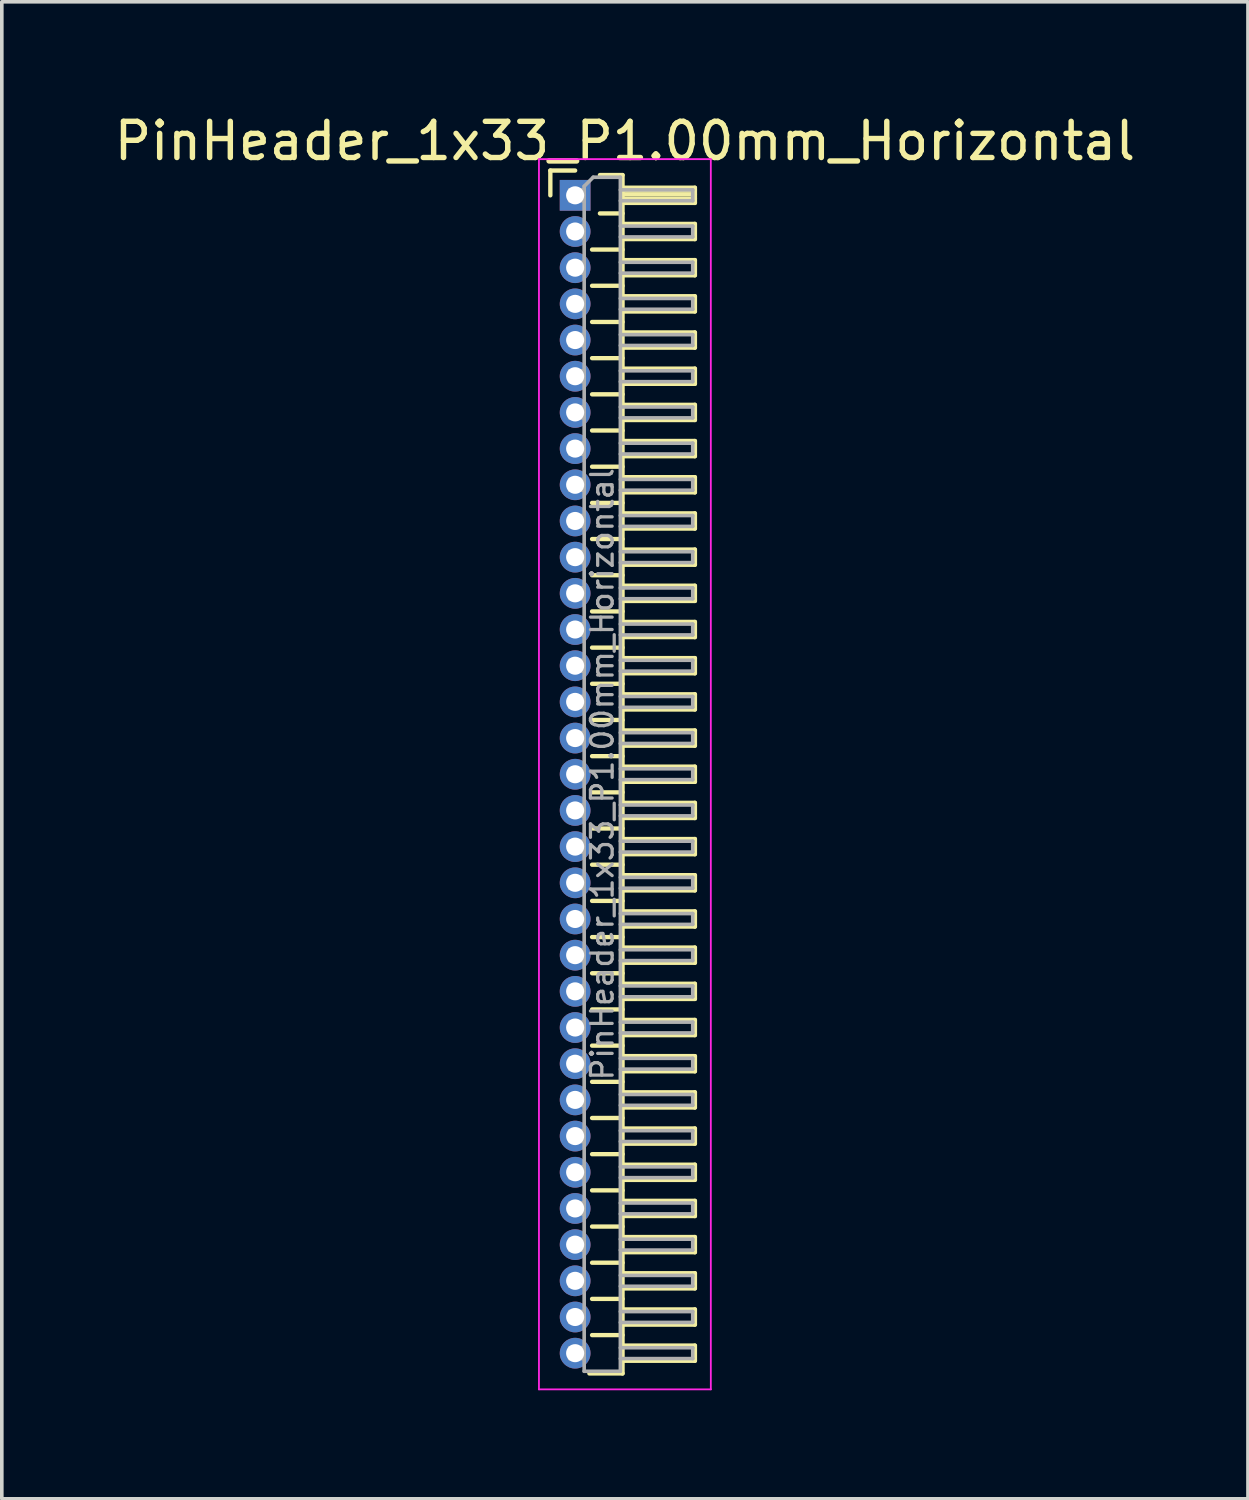
<source format=kicad_pcb>
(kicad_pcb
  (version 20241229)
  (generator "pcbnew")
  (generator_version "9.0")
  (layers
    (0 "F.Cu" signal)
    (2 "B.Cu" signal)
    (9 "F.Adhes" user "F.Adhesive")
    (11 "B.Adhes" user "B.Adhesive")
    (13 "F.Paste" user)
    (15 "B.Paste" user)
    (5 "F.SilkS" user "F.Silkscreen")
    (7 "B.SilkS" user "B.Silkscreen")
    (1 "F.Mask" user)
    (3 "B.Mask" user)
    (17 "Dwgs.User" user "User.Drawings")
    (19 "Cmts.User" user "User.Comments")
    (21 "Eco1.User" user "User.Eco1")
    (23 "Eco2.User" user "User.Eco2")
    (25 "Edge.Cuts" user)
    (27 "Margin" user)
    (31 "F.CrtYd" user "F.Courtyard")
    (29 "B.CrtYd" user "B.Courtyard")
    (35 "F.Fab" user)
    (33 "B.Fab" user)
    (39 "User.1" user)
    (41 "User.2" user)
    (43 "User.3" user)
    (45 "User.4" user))
  (footprint "PinHeader_1x33_P1.00mm_Horizontal"
    (layer "F.Cu")
    (at 12.845 2.348)
    (property "Reference" "PinHeader_1x33_P1.00mm_Horizontal" (at 1.375 -1.5 0) (layer "F.SilkS") (effects (font (size 1 1) (thickness 0.15))))
    (attr through_hole)
    (fp_line (start -0.685 -0.685) (end 0 -0.685) (stroke (width 0.12) (type solid)) (layer "F.SilkS"))
    (fp_line (start -0.685 0) (end -0.685 -0.685) (stroke (width 0.12) (type solid)) (layer "F.SilkS"))
    (fp_line (start 0.468 1.5) (end 1.31 1.5) (stroke (width 0.12) (type solid)) (layer "F.SilkS"))
    (fp_line (start 0.468 2.5) (end 1.31 2.5) (stroke (width 0.12) (type solid)) (layer "F.SilkS"))
    (fp_line (start 0.468 3.5) (end 1.31 3.5) (stroke (width 0.12) (type solid)) (layer "F.SilkS"))
    (fp_line (start 0.468 4.5) (end 1.31 4.5) (stroke (width 0.12) (type solid)) (layer "F.SilkS"))
    (fp_line (start 0.468 5.5) (end 1.31 5.5) (stroke (width 0.12) (type solid)) (layer "F.SilkS"))
    (fp_line (start 0.468 6.5) (end 1.31 6.5) (stroke (width 0.12) (type solid)) (layer "F.SilkS"))
    (fp_line (start 0.468 7.5) (end 1.31 7.5) (stroke (width 0.12) (type solid)) (layer "F.SilkS"))
    (fp_line (start 0.468 8.5) (end 1.31 8.5) (stroke (width 0.12) (type solid)) (layer "F.SilkS"))
    (fp_line (start 0.468 9.5) (end 1.31 9.5) (stroke (width 0.12) (type solid)) (layer "F.SilkS"))
    (fp_line (start 0.468 10.5) (end 1.31 10.5) (stroke (width 0.12) (type solid)) (layer "F.SilkS"))
    (fp_line (start 0.468 11.5) (end 1.31 11.5) (stroke (width 0.12) (type solid)) (layer "F.SilkS"))
    (fp_line (start 0.468 12.5) (end 1.31 12.5) (stroke (width 0.12) (type solid)) (layer "F.SilkS"))
    (fp_line (start 0.468 13.5) (end 1.31 13.5) (stroke (width 0.12) (type solid)) (layer "F.SilkS"))
    (fp_line (start 0.468 14.5) (end 1.31 14.5) (stroke (width 0.12) (type solid)) (layer "F.SilkS"))
    (fp_line (start 0.468 15.5) (end 1.31 15.5) (stroke (width 0.12) (type solid)) (layer "F.SilkS"))
    (fp_line (start 0.468 16.5) (end 1.31 16.5) (stroke (width 0.12) (type solid)) (layer "F.SilkS"))
    (fp_line (start 0.468 17.5) (end 1.31 17.5) (stroke (width 0.12) (type solid)) (layer "F.SilkS"))
    (fp_line (start 0.468 18.5) (end 1.31 18.5) (stroke (width 0.12) (type solid)) (layer "F.SilkS"))
    (fp_line (start 0.468 19.5) (end 1.31 19.5) (stroke (width 0.12) (type solid)) (layer "F.SilkS"))
    (fp_line (start 0.468 20.5) (end 1.31 20.5) (stroke (width 0.12) (type solid)) (layer "F.SilkS"))
    (fp_line (start 0.468 21.5) (end 1.31 21.5) (stroke (width 0.12) (type solid)) (layer "F.SilkS"))
    (fp_line (start 0.468 22.5) (end 1.31 22.5) (stroke (width 0.12) (type solid)) (layer "F.SilkS"))
    (fp_line (start 0.468 23.5) (end 1.31 23.5) (stroke (width 0.12) (type solid)) (layer "F.SilkS"))
    (fp_line (start 0.468 24.5) (end 1.31 24.5) (stroke (width 0.12) (type solid)) (layer "F.SilkS"))
    (fp_line (start 0.468 25.5) (end 1.31 25.5) (stroke (width 0.12) (type solid)) (layer "F.SilkS"))
    (fp_line (start 0.468 26.5) (end 1.31 26.5) (stroke (width 0.12) (type solid)) (layer "F.SilkS"))
    (fp_line (start 0.468 27.5) (end 1.31 27.5) (stroke (width 0.12) (type solid)) (layer "F.SilkS"))
    (fp_line (start 0.468 28.5) (end 1.31 28.5) (stroke (width 0.12) (type solid)) (layer "F.SilkS"))
    (fp_line (start 0.468 29.5) (end 1.31 29.5) (stroke (width 0.12) (type solid)) (layer "F.SilkS"))
    (fp_line (start 0.468 30.5) (end 1.31 30.5) (stroke (width 0.12) (type solid)) (layer "F.SilkS"))
    (fp_line (start 0.468 31.5) (end 1.31 31.5) (stroke (width 0.12) (type solid)) (layer "F.SilkS"))
    (fp_line (start 0.685 -0.56) (end 1.31 -0.56) (stroke (width 0.12) (type solid)) (layer "F.SilkS"))
    (fp_line (start 0.685 0.5) (end 1.31 0.5) (stroke (width 0.12) (type solid)) (layer "F.SilkS"))
    (fp_line (start 1.31 -0.56) (end 1.31 32.56) (stroke (width 0.12) (type solid)) (layer "F.SilkS"))
    (fp_line (start 1.31 -0.21) (end 3.31 -0.21) (stroke (width 0.12) (type solid)) (layer "F.SilkS"))
    (fp_line (start 1.31 -0.15) (end 3.31 -0.15) (stroke (width 0.12) (type solid)) (layer "F.SilkS"))
    (fp_line (start 1.31 -0.03) (end 3.31 -0.03) (stroke (width 0.12) (type solid)) (layer "F.SilkS"))
    (fp_line (start 1.31 0.09) (end 3.31 0.09) (stroke (width 0.12) (type solid)) (layer "F.SilkS"))
    (fp_line (start 1.31 0.79) (end 3.31 0.79) (stroke (width 0.12) (type solid)) (layer "F.SilkS"))
    (fp_line (start 1.31 1.79) (end 3.31 1.79) (stroke (width 0.12) (type solid)) (layer "F.SilkS"))
    (fp_line (start 1.31 2.79) (end 3.31 2.79) (stroke (width 0.12) (type solid)) (layer "F.SilkS"))
    (fp_line (start 1.31 3.79) (end 3.31 3.79) (stroke (width 0.12) (type solid)) (layer "F.SilkS"))
    (fp_line (start 1.31 4.79) (end 3.31 4.79) (stroke (width 0.12) (type solid)) (layer "F.SilkS"))
    (fp_line (start 1.31 5.79) (end 3.31 5.79) (stroke (width 0.12) (type solid)) (layer "F.SilkS"))
    (fp_line (start 1.31 6.79) (end 3.31 6.79) (stroke (width 0.12) (type solid)) (layer "F.SilkS"))
    (fp_line (start 1.31 7.79) (end 3.31 7.79) (stroke (width 0.12) (type solid)) (layer "F.SilkS"))
    (fp_line (start 1.31 8.79) (end 3.31 8.79) (stroke (width 0.12) (type solid)) (layer "F.SilkS"))
    (fp_line (start 1.31 9.79) (end 3.31 9.79) (stroke (width 0.12) (type solid)) (layer "F.SilkS"))
    (fp_line (start 1.31 10.79) (end 3.31 10.79) (stroke (width 0.12) (type solid)) (layer "F.SilkS"))
    (fp_line (start 1.31 11.79) (end 3.31 11.79) (stroke (width 0.12) (type solid)) (layer "F.SilkS"))
    (fp_line (start 1.31 12.79) (end 3.31 12.79) (stroke (width 0.12) (type solid)) (layer "F.SilkS"))
    (fp_line (start 1.31 13.79) (end 3.31 13.79) (stroke (width 0.12) (type solid)) (layer "F.SilkS"))
    (fp_line (start 1.31 14.79) (end 3.31 14.79) (stroke (width 0.12) (type solid)) (layer "F.SilkS"))
    (fp_line (start 1.31 15.79) (end 3.31 15.79) (stroke (width 0.12) (type solid)) (layer "F.SilkS"))
    (fp_line (start 1.31 16.79) (end 3.31 16.79) (stroke (width 0.12) (type solid)) (layer "F.SilkS"))
    (fp_line (start 1.31 17.79) (end 3.31 17.79) (stroke (width 0.12) (type solid)) (layer "F.SilkS"))
    (fp_line (start 1.31 18.79) (end 3.31 18.79) (stroke (width 0.12) (type solid)) (layer "F.SilkS"))
    (fp_line (start 1.31 19.79) (end 3.31 19.79) (stroke (width 0.12) (type solid)) (layer "F.SilkS"))
    (fp_line (start 1.31 20.79) (end 3.31 20.79) (stroke (width 0.12) (type solid)) (layer "F.SilkS"))
    (fp_line (start 1.31 21.79) (end 3.31 21.79) (stroke (width 0.12) (type solid)) (layer "F.SilkS"))
    (fp_line (start 1.31 22.79) (end 3.31 22.79) (stroke (width 0.12) (type solid)) (layer "F.SilkS"))
    (fp_line (start 1.31 23.79) (end 3.31 23.79) (stroke (width 0.12) (type solid)) (layer "F.SilkS"))
    (fp_line (start 1.31 24.79) (end 3.31 24.79) (stroke (width 0.12) (type solid)) (layer "F.SilkS"))
    (fp_line (start 1.31 25.79) (end 3.31 25.79) (stroke (width 0.12) (type solid)) (layer "F.SilkS"))
    (fp_line (start 1.31 26.79) (end 3.31 26.79) (stroke (width 0.12) (type solid)) (layer "F.SilkS"))
    (fp_line (start 1.31 27.79) (end 3.31 27.79) (stroke (width 0.12) (type solid)) (layer "F.SilkS"))
    (fp_line (start 1.31 28.79) (end 3.31 28.79) (stroke (width 0.12) (type solid)) (layer "F.SilkS"))
    (fp_line (start 1.31 29.79) (end 3.31 29.79) (stroke (width 0.12) (type solid)) (layer "F.SilkS"))
    (fp_line (start 1.31 30.79) (end 3.31 30.79) (stroke (width 0.12) (type solid)) (layer "F.SilkS"))
    (fp_line (start 1.31 31.79) (end 3.31 31.79) (stroke (width 0.12) (type solid)) (layer "F.SilkS"))
    (fp_line (start 1.31 32.56) (end 0.394 32.56) (stroke (width 0.12) (type solid)) (layer "F.SilkS"))
    (fp_line (start 3.31 -0.21) (end 3.31 0.21) (stroke (width 0.12) (type solid)) (layer "F.SilkS"))
    (fp_line (start 3.31 0.21) (end 1.31 0.21) (stroke (width 0.12) (type solid)) (layer "F.SilkS"))
    (fp_line (start 3.31 0.79) (end 3.31 1.21) (stroke (width 0.12) (type solid)) (layer "F.SilkS"))
    (fp_line (start 3.31 1.21) (end 1.31 1.21) (stroke (width 0.12) (type solid)) (layer "F.SilkS"))
    (fp_line (start 3.31 1.79) (end 3.31 2.21) (stroke (width 0.12) (type solid)) (layer "F.SilkS"))
    (fp_line (start 3.31 2.21) (end 1.31 2.21) (stroke (width 0.12) (type solid)) (layer "F.SilkS"))
    (fp_line (start 3.31 2.79) (end 3.31 3.21) (stroke (width 0.12) (type solid)) (layer "F.SilkS"))
    (fp_line (start 3.31 3.21) (end 1.31 3.21) (stroke (width 0.12) (type solid)) (layer "F.SilkS"))
    (fp_line (start 3.31 3.79) (end 3.31 4.21) (stroke (width 0.12) (type solid)) (layer "F.SilkS"))
    (fp_line (start 3.31 4.21) (end 1.31 4.21) (stroke (width 0.12) (type solid)) (layer "F.SilkS"))
    (fp_line (start 3.31 4.79) (end 3.31 5.21) (stroke (width 0.12) (type solid)) (layer "F.SilkS"))
    (fp_line (start 3.31 5.21) (end 1.31 5.21) (stroke (width 0.12) (type solid)) (layer "F.SilkS"))
    (fp_line (start 3.31 5.79) (end 3.31 6.21) (stroke (width 0.12) (type solid)) (layer "F.SilkS"))
    (fp_line (start 3.31 6.21) (end 1.31 6.21) (stroke (width 0.12) (type solid)) (layer "F.SilkS"))
    (fp_line (start 3.31 6.79) (end 3.31 7.21) (stroke (width 0.12) (type solid)) (layer "F.SilkS"))
    (fp_line (start 3.31 7.21) (end 1.31 7.21) (stroke (width 0.12) (type solid)) (layer "F.SilkS"))
    (fp_line (start 3.31 7.79) (end 3.31 8.21) (stroke (width 0.12) (type solid)) (layer "F.SilkS"))
    (fp_line (start 3.31 8.21) (end 1.31 8.21) (stroke (width 0.12) (type solid)) (layer "F.SilkS"))
    (fp_line (start 3.31 8.79) (end 3.31 9.21) (stroke (width 0.12) (type solid)) (layer "F.SilkS"))
    (fp_line (start 3.31 9.21) (end 1.31 9.21) (stroke (width 0.12) (type solid)) (layer "F.SilkS"))
    (fp_line (start 3.31 9.79) (end 3.31 10.21) (stroke (width 0.12) (type solid)) (layer "F.SilkS"))
    (fp_line (start 3.31 10.21) (end 1.31 10.21) (stroke (width 0.12) (type solid)) (layer "F.SilkS"))
    (fp_line (start 3.31 10.79) (end 3.31 11.21) (stroke (width 0.12) (type solid)) (layer "F.SilkS"))
    (fp_line (start 3.31 11.21) (end 1.31 11.21) (stroke (width 0.12) (type solid)) (layer "F.SilkS"))
    (fp_line (start 3.31 11.79) (end 3.31 12.21) (stroke (width 0.12) (type solid)) (layer "F.SilkS"))
    (fp_line (start 3.31 12.21) (end 1.31 12.21) (stroke (width 0.12) (type solid)) (layer "F.SilkS"))
    (fp_line (start 3.31 12.79) (end 3.31 13.21) (stroke (width 0.12) (type solid)) (layer "F.SilkS"))
    (fp_line (start 3.31 13.21) (end 1.31 13.21) (stroke (width 0.12) (type solid)) (layer "F.SilkS"))
    (fp_line (start 3.31 13.79) (end 3.31 14.21) (stroke (width 0.12) (type solid)) (layer "F.SilkS"))
    (fp_line (start 3.31 14.21) (end 1.31 14.21) (stroke (width 0.12) (type solid)) (layer "F.SilkS"))
    (fp_line (start 3.31 14.79) (end 3.31 15.21) (stroke (width 0.12) (type solid)) (layer "F.SilkS"))
    (fp_line (start 3.31 15.21) (end 1.31 15.21) (stroke (width 0.12) (type solid)) (layer "F.SilkS"))
    (fp_line (start 3.31 15.79) (end 3.31 16.21) (stroke (width 0.12) (type solid)) (layer "F.SilkS"))
    (fp_line (start 3.31 16.21) (end 1.31 16.21) (stroke (width 0.12) (type solid)) (layer "F.SilkS"))
    (fp_line (start 3.31 16.79) (end 3.31 17.21) (stroke (width 0.12) (type solid)) (layer "F.SilkS"))
    (fp_line (start 3.31 17.21) (end 1.31 17.21) (stroke (width 0.12) (type solid)) (layer "F.SilkS"))
    (fp_line (start 3.31 17.79) (end 3.31 18.21) (stroke (width 0.12) (type solid)) (layer "F.SilkS"))
    (fp_line (start 3.31 18.21) (end 1.31 18.21) (stroke (width 0.12) (type solid)) (layer "F.SilkS"))
    (fp_line (start 3.31 18.79) (end 3.31 19.21) (stroke (width 0.12) (type solid)) (layer "F.SilkS"))
    (fp_line (start 3.31 19.21) (end 1.31 19.21) (stroke (width 0.12) (type solid)) (layer "F.SilkS"))
    (fp_line (start 3.31 19.79) (end 3.31 20.21) (stroke (width 0.12) (type solid)) (layer "F.SilkS"))
    (fp_line (start 3.31 20.21) (end 1.31 20.21) (stroke (width 0.12) (type solid)) (layer "F.SilkS"))
    (fp_line (start 3.31 20.79) (end 3.31 21.21) (stroke (width 0.12) (type solid)) (layer "F.SilkS"))
    (fp_line (start 3.31 21.21) (end 1.31 21.21) (stroke (width 0.12) (type solid)) (layer "F.SilkS"))
    (fp_line (start 3.31 21.79) (end 3.31 22.21) (stroke (width 0.12) (type solid)) (layer "F.SilkS"))
    (fp_line (start 3.31 22.21) (end 1.31 22.21) (stroke (width 0.12) (type solid)) (layer "F.SilkS"))
    (fp_line (start 3.31 22.79) (end 3.31 23.21) (stroke (width 0.12) (type solid)) (layer "F.SilkS"))
    (fp_line (start 3.31 23.21) (end 1.31 23.21) (stroke (width 0.12) (type solid)) (layer "F.SilkS"))
    (fp_line (start 3.31 23.79) (end 3.31 24.21) (stroke (width 0.12) (type solid)) (layer "F.SilkS"))
    (fp_line (start 3.31 24.21) (end 1.31 24.21) (stroke (width 0.12) (type solid)) (layer "F.SilkS"))
    (fp_line (start 3.31 24.79) (end 3.31 25.21) (stroke (width 0.12) (type solid)) (layer "F.SilkS"))
    (fp_line (start 3.31 25.21) (end 1.31 25.21) (stroke (width 0.12) (type solid)) (layer "F.SilkS"))
    (fp_line (start 3.31 25.79) (end 3.31 26.21) (stroke (width 0.12) (type solid)) (layer "F.SilkS"))
    (fp_line (start 3.31 26.21) (end 1.31 26.21) (stroke (width 0.12) (type solid)) (layer "F.SilkS"))
    (fp_line (start 3.31 26.79) (end 3.31 27.21) (stroke (width 0.12) (type solid)) (layer "F.SilkS"))
    (fp_line (start 3.31 27.21) (end 1.31 27.21) (stroke (width 0.12) (type solid)) (layer "F.SilkS"))
    (fp_line (start 3.31 27.79) (end 3.31 28.21) (stroke (width 0.12) (type solid)) (layer "F.SilkS"))
    (fp_line (start 3.31 28.21) (end 1.31 28.21) (stroke (width 0.12) (type solid)) (layer "F.SilkS"))
    (fp_line (start 3.31 28.79) (end 3.31 29.21) (stroke (width 0.12) (type solid)) (layer "F.SilkS"))
    (fp_line (start 3.31 29.21) (end 1.31 29.21) (stroke (width 0.12) (type solid)) (layer "F.SilkS"))
    (fp_line (start 3.31 29.79) (end 3.31 30.21) (stroke (width 0.12) (type solid)) (layer "F.SilkS"))
    (fp_line (start 3.31 30.21) (end 1.31 30.21) (stroke (width 0.12) (type solid)) (layer "F.SilkS"))
    (fp_line (start 3.31 30.79) (end 3.31 31.21) (stroke (width 0.12) (type solid)) (layer "F.SilkS"))
    (fp_line (start 3.31 31.21) (end 1.31 31.21) (stroke (width 0.12) (type solid)) (layer "F.SilkS"))
    (fp_line (start 3.31 31.79) (end 3.31 32.21) (stroke (width 0.12) (type solid)) (layer "F.SilkS"))
    (fp_line (start 3.31 32.21) (end 1.31 32.21) (stroke (width 0.12) (type solid)) (layer "F.SilkS"))
    (fp_line (start -1 -1) (end -1 33) (stroke (width 0.05) (type solid)) (layer "F.CrtYd"))
    (fp_line (start -1 33) (end 3.75 33) (stroke (width 0.05) (type solid)) (layer "F.CrtYd"))
    (fp_line (start 3.75 -1) (end -1 -1) (stroke (width 0.05) (type solid)) (layer "F.CrtYd"))
    (fp_line (start 3.75 33) (end 3.75 -1) (stroke (width 0.05) (type solid)) (layer "F.CrtYd"))
    (fp_line (start -0.15 -0.15) (end -0.15 0.15) (stroke (width 0.1) (type solid)) (layer "F.Fab"))
    (fp_line (start -0.15 -0.15) (end 0.25 -0.15) (stroke (width 0.1) (type solid)) (layer "F.Fab"))
    (fp_line (start -0.15 0.15) (end 0.25 0.15) (stroke (width 0.1) (type solid)) (layer "F.Fab"))
    (fp_line (start -0.15 0.85) (end -0.15 1.15) (stroke (width 0.1) (type solid)) (layer "F.Fab"))
    (fp_line (start -0.15 0.85) (end 0.25 0.85) (stroke (width 0.1) (type solid)) (layer "F.Fab"))
    (fp_line (start -0.15 1.15) (end 0.25 1.15) (stroke (width 0.1) (type solid)) (layer "F.Fab"))
    (fp_line (start -0.15 1.85) (end -0.15 2.15) (stroke (width 0.1) (type solid)) (layer "F.Fab"))
    (fp_line (start -0.15 1.85) (end 0.25 1.85) (stroke (width 0.1) (type solid)) (layer "F.Fab"))
    (fp_line (start -0.15 2.15) (end 0.25 2.15) (stroke (width 0.1) (type solid)) (layer "F.Fab"))
    (fp_line (start -0.15 2.85) (end -0.15 3.15) (stroke (width 0.1) (type solid)) (layer "F.Fab"))
    (fp_line (start -0.15 2.85) (end 0.25 2.85) (stroke (width 0.1) (type solid)) (layer "F.Fab"))
    (fp_line (start -0.15 3.15) (end 0.25 3.15) (stroke (width 0.1) (type solid)) (layer "F.Fab"))
    (fp_line (start -0.15 3.85) (end -0.15 4.15) (stroke (width 0.1) (type solid)) (layer "F.Fab"))
    (fp_line (start -0.15 3.85) (end 0.25 3.85) (stroke (width 0.1) (type solid)) (layer "F.Fab"))
    (fp_line (start -0.15 4.15) (end 0.25 4.15) (stroke (width 0.1) (type solid)) (layer "F.Fab"))
    (fp_line (start -0.15 4.85) (end -0.15 5.15) (stroke (width 0.1) (type solid)) (layer "F.Fab"))
    (fp_line (start -0.15 4.85) (end 0.25 4.85) (stroke (width 0.1) (type solid)) (layer "F.Fab"))
    (fp_line (start -0.15 5.15) (end 0.25 5.15) (stroke (width 0.1) (type solid)) (layer "F.Fab"))
    (fp_line (start -0.15 5.85) (end -0.15 6.15) (stroke (width 0.1) (type solid)) (layer "F.Fab"))
    (fp_line (start -0.15 5.85) (end 0.25 5.85) (stroke (width 0.1) (type solid)) (layer "F.Fab"))
    (fp_line (start -0.15 6.15) (end 0.25 6.15) (stroke (width 0.1) (type solid)) (layer "F.Fab"))
    (fp_line (start -0.15 6.85) (end -0.15 7.15) (stroke (width 0.1) (type solid)) (layer "F.Fab"))
    (fp_line (start -0.15 6.85) (end 0.25 6.85) (stroke (width 0.1) (type solid)) (layer "F.Fab"))
    (fp_line (start -0.15 7.15) (end 0.25 7.15) (stroke (width 0.1) (type solid)) (layer "F.Fab"))
    (fp_line (start -0.15 7.85) (end -0.15 8.15) (stroke (width 0.1) (type solid)) (layer "F.Fab"))
    (fp_line (start -0.15 7.85) (end 0.25 7.85) (stroke (width 0.1) (type solid)) (layer "F.Fab"))
    (fp_line (start -0.15 8.15) (end 0.25 8.15) (stroke (width 0.1) (type solid)) (layer "F.Fab"))
    (fp_line (start -0.15 8.85) (end -0.15 9.15) (stroke (width 0.1) (type solid)) (layer "F.Fab"))
    (fp_line (start -0.15 8.85) (end 0.25 8.85) (stroke (width 0.1) (type solid)) (layer "F.Fab"))
    (fp_line (start -0.15 9.15) (end 0.25 9.15) (stroke (width 0.1) (type solid)) (layer "F.Fab"))
    (fp_line (start -0.15 9.85) (end -0.15 10.15) (stroke (width 0.1) (type solid)) (layer "F.Fab"))
    (fp_line (start -0.15 9.85) (end 0.25 9.85) (stroke (width 0.1) (type solid)) (layer "F.Fab"))
    (fp_line (start -0.15 10.15) (end 0.25 10.15) (stroke (width 0.1) (type solid)) (layer "F.Fab"))
    (fp_line (start -0.15 10.85) (end -0.15 11.15) (stroke (width 0.1) (type solid)) (layer "F.Fab"))
    (fp_line (start -0.15 10.85) (end 0.25 10.85) (stroke (width 0.1) (type solid)) (layer "F.Fab"))
    (fp_line (start -0.15 11.15) (end 0.25 11.15) (stroke (width 0.1) (type solid)) (layer "F.Fab"))
    (fp_line (start -0.15 11.85) (end -0.15 12.15) (stroke (width 0.1) (type solid)) (layer "F.Fab"))
    (fp_line (start -0.15 11.85) (end 0.25 11.85) (stroke (width 0.1) (type solid)) (layer "F.Fab"))
    (fp_line (start -0.15 12.15) (end 0.25 12.15) (stroke (width 0.1) (type solid)) (layer "F.Fab"))
    (fp_line (start -0.15 12.85) (end -0.15 13.15) (stroke (width 0.1) (type solid)) (layer "F.Fab"))
    (fp_line (start -0.15 12.85) (end 0.25 12.85) (stroke (width 0.1) (type solid)) (layer "F.Fab"))
    (fp_line (start -0.15 13.15) (end 0.25 13.15) (stroke (width 0.1) (type solid)) (layer "F.Fab"))
    (fp_line (start -0.15 13.85) (end -0.15 14.15) (stroke (width 0.1) (type solid)) (layer "F.Fab"))
    (fp_line (start -0.15 13.85) (end 0.25 13.85) (stroke (width 0.1) (type solid)) (layer "F.Fab"))
    (fp_line (start -0.15 14.15) (end 0.25 14.15) (stroke (width 0.1) (type solid)) (layer "F.Fab"))
    (fp_line (start -0.15 14.85) (end -0.15 15.15) (stroke (width 0.1) (type solid)) (layer "F.Fab"))
    (fp_line (start -0.15 14.85) (end 0.25 14.85) (stroke (width 0.1) (type solid)) (layer "F.Fab"))
    (fp_line (start -0.15 15.15) (end 0.25 15.15) (stroke (width 0.1) (type solid)) (layer "F.Fab"))
    (fp_line (start -0.15 15.85) (end -0.15 16.15) (stroke (width 0.1) (type solid)) (layer "F.Fab"))
    (fp_line (start -0.15 15.85) (end 0.25 15.85) (stroke (width 0.1) (type solid)) (layer "F.Fab"))
    (fp_line (start -0.15 16.15) (end 0.25 16.15) (stroke (width 0.1) (type solid)) (layer "F.Fab"))
    (fp_line (start -0.15 16.85) (end -0.15 17.15) (stroke (width 0.1) (type solid)) (layer "F.Fab"))
    (fp_line (start -0.15 16.85) (end 0.25 16.85) (stroke (width 0.1) (type solid)) (layer "F.Fab"))
    (fp_line (start -0.15 17.15) (end 0.25 17.15) (stroke (width 0.1) (type solid)) (layer "F.Fab"))
    (fp_line (start -0.15 17.85) (end -0.15 18.15) (stroke (width 0.1) (type solid)) (layer "F.Fab"))
    (fp_line (start -0.15 17.85) (end 0.25 17.85) (stroke (width 0.1) (type solid)) (layer "F.Fab"))
    (fp_line (start -0.15 18.15) (end 0.25 18.15) (stroke (width 0.1) (type solid)) (layer "F.Fab"))
    (fp_line (start -0.15 18.85) (end -0.15 19.15) (stroke (width 0.1) (type solid)) (layer "F.Fab"))
    (fp_line (start -0.15 18.85) (end 0.25 18.85) (stroke (width 0.1) (type solid)) (layer "F.Fab"))
    (fp_line (start -0.15 19.15) (end 0.25 19.15) (stroke (width 0.1) (type solid)) (layer "F.Fab"))
    (fp_line (start -0.15 19.85) (end -0.15 20.15) (stroke (width 0.1) (type solid)) (layer "F.Fab"))
    (fp_line (start -0.15 19.85) (end 0.25 19.85) (stroke (width 0.1) (type solid)) (layer "F.Fab"))
    (fp_line (start -0.15 20.15) (end 0.25 20.15) (stroke (width 0.1) (type solid)) (layer "F.Fab"))
    (fp_line (start -0.15 20.85) (end -0.15 21.15) (stroke (width 0.1) (type solid)) (layer "F.Fab"))
    (fp_line (start -0.15 20.85) (end 0.25 20.85) (stroke (width 0.1) (type solid)) (layer "F.Fab"))
    (fp_line (start -0.15 21.15) (end 0.25 21.15) (stroke (width 0.1) (type solid)) (layer "F.Fab"))
    (fp_line (start -0.15 21.85) (end -0.15 22.15) (stroke (width 0.1) (type solid)) (layer "F.Fab"))
    (fp_line (start -0.15 21.85) (end 0.25 21.85) (stroke (width 0.1) (type solid)) (layer "F.Fab"))
    (fp_line (start -0.15 22.15) (end 0.25 22.15) (stroke (width 0.1) (type solid)) (layer "F.Fab"))
    (fp_line (start -0.15 22.85) (end -0.15 23.15) (stroke (width 0.1) (type solid)) (layer "F.Fab"))
    (fp_line (start -0.15 22.85) (end 0.25 22.85) (stroke (width 0.1) (type solid)) (layer "F.Fab"))
    (fp_line (start -0.15 23.15) (end 0.25 23.15) (stroke (width 0.1) (type solid)) (layer "F.Fab"))
    (fp_line (start -0.15 23.85) (end -0.15 24.15) (stroke (width 0.1) (type solid)) (layer "F.Fab"))
    (fp_line (start -0.15 23.85) (end 0.25 23.85) (stroke (width 0.1) (type solid)) (layer "F.Fab"))
    (fp_line (start -0.15 24.15) (end 0.25 24.15) (stroke (width 0.1) (type solid)) (layer "F.Fab"))
    (fp_line (start -0.15 24.85) (end -0.15 25.15) (stroke (width 0.1) (type solid)) (layer "F.Fab"))
    (fp_line (start -0.15 24.85) (end 0.25 24.85) (stroke (width 0.1) (type solid)) (layer "F.Fab"))
    (fp_line (start -0.15 25.15) (end 0.25 25.15) (stroke (width 0.1) (type solid)) (layer "F.Fab"))
    (fp_line (start -0.15 25.85) (end -0.15 26.15) (stroke (width 0.1) (type solid)) (layer "F.Fab"))
    (fp_line (start -0.15 25.85) (end 0.25 25.85) (stroke (width 0.1) (type solid)) (layer "F.Fab"))
    (fp_line (start -0.15 26.15) (end 0.25 26.15) (stroke (width 0.1) (type solid)) (layer "F.Fab"))
    (fp_line (start -0.15 26.85) (end -0.15 27.15) (stroke (width 0.1) (type solid)) (layer "F.Fab"))
    (fp_line (start -0.15 26.85) (end 0.25 26.85) (stroke (width 0.1) (type solid)) (layer "F.Fab"))
    (fp_line (start -0.15 27.15) (end 0.25 27.15) (stroke (width 0.1) (type solid)) (layer "F.Fab"))
    (fp_line (start -0.15 27.85) (end -0.15 28.15) (stroke (width 0.1) (type solid)) (layer "F.Fab"))
    (fp_line (start -0.15 27.85) (end 0.25 27.85) (stroke (width 0.1) (type solid)) (layer "F.Fab"))
    (fp_line (start -0.15 28.15) (end 0.25 28.15) (stroke (width 0.1) (type solid)) (layer "F.Fab"))
    (fp_line (start -0.15 28.85) (end -0.15 29.15) (stroke (width 0.1) (type solid)) (layer "F.Fab"))
    (fp_line (start -0.15 28.85) (end 0.25 28.85) (stroke (width 0.1) (type solid)) (layer "F.Fab"))
    (fp_line (start -0.15 29.15) (end 0.25 29.15) (stroke (width 0.1) (type solid)) (layer "F.Fab"))
    (fp_line (start -0.15 29.85) (end -0.15 30.15) (stroke (width 0.1) (type solid)) (layer "F.Fab"))
    (fp_line (start -0.15 29.85) (end 0.25 29.85) (stroke (width 0.1) (type solid)) (layer "F.Fab"))
    (fp_line (start -0.15 30.15) (end 0.25 30.15) (stroke (width 0.1) (type solid)) (layer "F.Fab"))
    (fp_line (start -0.15 30.85) (end -0.15 31.15) (stroke (width 0.1) (type solid)) (layer "F.Fab"))
    (fp_line (start -0.15 30.85) (end 0.25 30.85) (stroke (width 0.1) (type solid)) (layer "F.Fab"))
    (fp_line (start -0.15 31.15) (end 0.25 31.15) (stroke (width 0.1) (type solid)) (layer "F.Fab"))
    (fp_line (start -0.15 31.85) (end -0.15 32.15) (stroke (width 0.1) (type solid)) (layer "F.Fab"))
    (fp_line (start -0.15 31.85) (end 0.25 31.85) (stroke (width 0.1) (type solid)) (layer "F.Fab"))
    (fp_line (start -0.15 32.15) (end 0.25 32.15) (stroke (width 0.1) (type solid)) (layer "F.Fab"))
    (fp_line (start 0.25 -0.25) (end 0.5 -0.5) (stroke (width 0.1) (type solid)) (layer "F.Fab"))
    (fp_line (start 0.25 32.5) (end 0.25 -0.25) (stroke (width 0.1) (type solid)) (layer "F.Fab"))
    (fp_line (start 0.5 -0.5) (end 1.25 -0.5) (stroke (width 0.1) (type solid)) (layer "F.Fab"))
    (fp_line (start 1.25 -0.5) (end 1.25 32.5) (stroke (width 0.1) (type solid)) (layer "F.Fab"))
    (fp_line (start 1.25 -0.15) (end 3.25 -0.15) (stroke (width 0.1) (type solid)) (layer "F.Fab"))
    (fp_line (start 1.25 0.15) (end 3.25 0.15) (stroke (width 0.1) (type solid)) (layer "F.Fab"))
    (fp_line (start 1.25 0.85) (end 3.25 0.85) (stroke (width 0.1) (type solid)) (layer "F.Fab"))
    (fp_line (start 1.25 1.15) (end 3.25 1.15) (stroke (width 0.1) (type solid)) (layer "F.Fab"))
    (fp_line (start 1.25 1.85) (end 3.25 1.85) (stroke (width 0.1) (type solid)) (layer "F.Fab"))
    (fp_line (start 1.25 2.15) (end 3.25 2.15) (stroke (width 0.1) (type solid)) (layer "F.Fab"))
    (fp_line (start 1.25 2.85) (end 3.25 2.85) (stroke (width 0.1) (type solid)) (layer "F.Fab"))
    (fp_line (start 1.25 3.15) (end 3.25 3.15) (stroke (width 0.1) (type solid)) (layer "F.Fab"))
    (fp_line (start 1.25 3.85) (end 3.25 3.85) (stroke (width 0.1) (type solid)) (layer "F.Fab"))
    (fp_line (start 1.25 4.15) (end 3.25 4.15) (stroke (width 0.1) (type solid)) (layer "F.Fab"))
    (fp_line (start 1.25 4.85) (end 3.25 4.85) (stroke (width 0.1) (type solid)) (layer "F.Fab"))
    (fp_line (start 1.25 5.15) (end 3.25 5.15) (stroke (width 0.1) (type solid)) (layer "F.Fab"))
    (fp_line (start 1.25 5.85) (end 3.25 5.85) (stroke (width 0.1) (type solid)) (layer "F.Fab"))
    (fp_line (start 1.25 6.15) (end 3.25 6.15) (stroke (width 0.1) (type solid)) (layer "F.Fab"))
    (fp_line (start 1.25 6.85) (end 3.25 6.85) (stroke (width 0.1) (type solid)) (layer "F.Fab"))
    (fp_line (start 1.25 7.15) (end 3.25 7.15) (stroke (width 0.1) (type solid)) (layer "F.Fab"))
    (fp_line (start 1.25 7.85) (end 3.25 7.85) (stroke (width 0.1) (type solid)) (layer "F.Fab"))
    (fp_line (start 1.25 8.15) (end 3.25 8.15) (stroke (width 0.1) (type solid)) (layer "F.Fab"))
    (fp_line (start 1.25 8.85) (end 3.25 8.85) (stroke (width 0.1) (type solid)) (layer "F.Fab"))
    (fp_line (start 1.25 9.15) (end 3.25 9.15) (stroke (width 0.1) (type solid)) (layer "F.Fab"))
    (fp_line (start 1.25 9.85) (end 3.25 9.85) (stroke (width 0.1) (type solid)) (layer "F.Fab"))
    (fp_line (start 1.25 10.15) (end 3.25 10.15) (stroke (width 0.1) (type solid)) (layer "F.Fab"))
    (fp_line (start 1.25 10.85) (end 3.25 10.85) (stroke (width 0.1) (type solid)) (layer "F.Fab"))
    (fp_line (start 1.25 11.15) (end 3.25 11.15) (stroke (width 0.1) (type solid)) (layer "F.Fab"))
    (fp_line (start 1.25 11.85) (end 3.25 11.85) (stroke (width 0.1) (type solid)) (layer "F.Fab"))
    (fp_line (start 1.25 12.15) (end 3.25 12.15) (stroke (width 0.1) (type solid)) (layer "F.Fab"))
    (fp_line (start 1.25 12.85) (end 3.25 12.85) (stroke (width 0.1) (type solid)) (layer "F.Fab"))
    (fp_line (start 1.25 13.15) (end 3.25 13.15) (stroke (width 0.1) (type solid)) (layer "F.Fab"))
    (fp_line (start 1.25 13.85) (end 3.25 13.85) (stroke (width 0.1) (type solid)) (layer "F.Fab"))
    (fp_line (start 1.25 14.15) (end 3.25 14.15) (stroke (width 0.1) (type solid)) (layer "F.Fab"))
    (fp_line (start 1.25 14.85) (end 3.25 14.85) (stroke (width 0.1) (type solid)) (layer "F.Fab"))
    (fp_line (start 1.25 15.15) (end 3.25 15.15) (stroke (width 0.1) (type solid)) (layer "F.Fab"))
    (fp_line (start 1.25 15.85) (end 3.25 15.85) (stroke (width 0.1) (type solid)) (layer "F.Fab"))
    (fp_line (start 1.25 16.15) (end 3.25 16.15) (stroke (width 0.1) (type solid)) (layer "F.Fab"))
    (fp_line (start 1.25 16.85) (end 3.25 16.85) (stroke (width 0.1) (type solid)) (layer "F.Fab"))
    (fp_line (start 1.25 17.15) (end 3.25 17.15) (stroke (width 0.1) (type solid)) (layer "F.Fab"))
    (fp_line (start 1.25 17.85) (end 3.25 17.85) (stroke (width 0.1) (type solid)) (layer "F.Fab"))
    (fp_line (start 1.25 18.15) (end 3.25 18.15) (stroke (width 0.1) (type solid)) (layer "F.Fab"))
    (fp_line (start 1.25 18.85) (end 3.25 18.85) (stroke (width 0.1) (type solid)) (layer "F.Fab"))
    (fp_line (start 1.25 19.15) (end 3.25 19.15) (stroke (width 0.1) (type solid)) (layer "F.Fab"))
    (fp_line (start 1.25 19.85) (end 3.25 19.85) (stroke (width 0.1) (type solid)) (layer "F.Fab"))
    (fp_line (start 1.25 20.15) (end 3.25 20.15) (stroke (width 0.1) (type solid)) (layer "F.Fab"))
    (fp_line (start 1.25 20.85) (end 3.25 20.85) (stroke (width 0.1) (type solid)) (layer "F.Fab"))
    (fp_line (start 1.25 21.15) (end 3.25 21.15) (stroke (width 0.1) (type solid)) (layer "F.Fab"))
    (fp_line (start 1.25 21.85) (end 3.25 21.85) (stroke (width 0.1) (type solid)) (layer "F.Fab"))
    (fp_line (start 1.25 22.15) (end 3.25 22.15) (stroke (width 0.1) (type solid)) (layer "F.Fab"))
    (fp_line (start 1.25 22.85) (end 3.25 22.85) (stroke (width 0.1) (type solid)) (layer "F.Fab"))
    (fp_line (start 1.25 23.15) (end 3.25 23.15) (stroke (width 0.1) (type solid)) (layer "F.Fab"))
    (fp_line (start 1.25 23.85) (end 3.25 23.85) (stroke (width 0.1) (type solid)) (layer "F.Fab"))
    (fp_line (start 1.25 24.15) (end 3.25 24.15) (stroke (width 0.1) (type solid)) (layer "F.Fab"))
    (fp_line (start 1.25 24.85) (end 3.25 24.85) (stroke (width 0.1) (type solid)) (layer "F.Fab"))
    (fp_line (start 1.25 25.15) (end 3.25 25.15) (stroke (width 0.1) (type solid)) (layer "F.Fab"))
    (fp_line (start 1.25 25.85) (end 3.25 25.85) (stroke (width 0.1) (type solid)) (layer "F.Fab"))
    (fp_line (start 1.25 26.15) (end 3.25 26.15) (stroke (width 0.1) (type solid)) (layer "F.Fab"))
    (fp_line (start 1.25 26.85) (end 3.25 26.85) (stroke (width 0.1) (type solid)) (layer "F.Fab"))
    (fp_line (start 1.25 27.15) (end 3.25 27.15) (stroke (width 0.1) (type solid)) (layer "F.Fab"))
    (fp_line (start 1.25 27.85) (end 3.25 27.85) (stroke (width 0.1) (type solid)) (layer "F.Fab"))
    (fp_line (start 1.25 28.15) (end 3.25 28.15) (stroke (width 0.1) (type solid)) (layer "F.Fab"))
    (fp_line (start 1.25 28.85) (end 3.25 28.85) (stroke (width 0.1) (type solid)) (layer "F.Fab"))
    (fp_line (start 1.25 29.15) (end 3.25 29.15) (stroke (width 0.1) (type solid)) (layer "F.Fab"))
    (fp_line (start 1.25 29.85) (end 3.25 29.85) (stroke (width 0.1) (type solid)) (layer "F.Fab"))
    (fp_line (start 1.25 30.15) (end 3.25 30.15) (stroke (width 0.1) (type solid)) (layer "F.Fab"))
    (fp_line (start 1.25 30.85) (end 3.25 30.85) (stroke (width 0.1) (type solid)) (layer "F.Fab"))
    (fp_line (start 1.25 31.15) (end 3.25 31.15) (stroke (width 0.1) (type solid)) (layer "F.Fab"))
    (fp_line (start 1.25 31.85) (end 3.25 31.85) (stroke (width 0.1) (type solid)) (layer "F.Fab"))
    (fp_line (start 1.25 32.15) (end 3.25 32.15) (stroke (width 0.1) (type solid)) (layer "F.Fab"))
    (fp_line (start 1.25 32.5) (end 0.25 32.5) (stroke (width 0.1) (type solid)) (layer "F.Fab"))
    (fp_line (start 3.25 -0.15) (end 3.25 0.15) (stroke (width 0.1) (type solid)) (layer "F.Fab"))
    (fp_line (start 3.25 0.85) (end 3.25 1.15) (stroke (width 0.1) (type solid)) (layer "F.Fab"))
    (fp_line (start 3.25 1.85) (end 3.25 2.15) (stroke (width 0.1) (type solid)) (layer "F.Fab"))
    (fp_line (start 3.25 2.85) (end 3.25 3.15) (stroke (width 0.1) (type solid)) (layer "F.Fab"))
    (fp_line (start 3.25 3.85) (end 3.25 4.15) (stroke (width 0.1) (type solid)) (layer "F.Fab"))
    (fp_line (start 3.25 4.85) (end 3.25 5.15) (stroke (width 0.1) (type solid)) (layer "F.Fab"))
    (fp_line (start 3.25 5.85) (end 3.25 6.15) (stroke (width 0.1) (type solid)) (layer "F.Fab"))
    (fp_line (start 3.25 6.85) (end 3.25 7.15) (stroke (width 0.1) (type solid)) (layer "F.Fab"))
    (fp_line (start 3.25 7.85) (end 3.25 8.15) (stroke (width 0.1) (type solid)) (layer "F.Fab"))
    (fp_line (start 3.25 8.85) (end 3.25 9.15) (stroke (width 0.1) (type solid)) (layer "F.Fab"))
    (fp_line (start 3.25 9.85) (end 3.25 10.15) (stroke (width 0.1) (type solid)) (layer "F.Fab"))
    (fp_line (start 3.25 10.85) (end 3.25 11.15) (stroke (width 0.1) (type solid)) (layer "F.Fab"))
    (fp_line (start 3.25 11.85) (end 3.25 12.15) (stroke (width 0.1) (type solid)) (layer "F.Fab"))
    (fp_line (start 3.25 12.85) (end 3.25 13.15) (stroke (width 0.1) (type solid)) (layer "F.Fab"))
    (fp_line (start 3.25 13.85) (end 3.25 14.15) (stroke (width 0.1) (type solid)) (layer "F.Fab"))
    (fp_line (start 3.25 14.85) (end 3.25 15.15) (stroke (width 0.1) (type solid)) (layer "F.Fab"))
    (fp_line (start 3.25 15.85) (end 3.25 16.15) (stroke (width 0.1) (type solid)) (layer "F.Fab"))
    (fp_line (start 3.25 16.85) (end 3.25 17.15) (stroke (width 0.1) (type solid)) (layer "F.Fab"))
    (fp_line (start 3.25 17.85) (end 3.25 18.15) (stroke (width 0.1) (type solid)) (layer "F.Fab"))
    (fp_line (start 3.25 18.85) (end 3.25 19.15) (stroke (width 0.1) (type solid)) (layer "F.Fab"))
    (fp_line (start 3.25 19.85) (end 3.25 20.15) (stroke (width 0.1) (type solid)) (layer "F.Fab"))
    (fp_line (start 3.25 20.85) (end 3.25 21.15) (stroke (width 0.1) (type solid)) (layer "F.Fab"))
    (fp_line (start 3.25 21.85) (end 3.25 22.15) (stroke (width 0.1) (type solid)) (layer "F.Fab"))
    (fp_line (start 3.25 22.85) (end 3.25 23.15) (stroke (width 0.1) (type solid)) (layer "F.Fab"))
    (fp_line (start 3.25 23.85) (end 3.25 24.15) (stroke (width 0.1) (type solid)) (layer "F.Fab"))
    (fp_line (start 3.25 24.85) (end 3.25 25.15) (stroke (width 0.1) (type solid)) (layer "F.Fab"))
    (fp_line (start 3.25 25.85) (end 3.25 26.15) (stroke (width 0.1) (type solid)) (layer "F.Fab"))
    (fp_line (start 3.25 26.85) (end 3.25 27.15) (stroke (width 0.1) (type solid)) (layer "F.Fab"))
    (fp_line (start 3.25 27.85) (end 3.25 28.15) (stroke (width 0.1) (type solid)) (layer "F.Fab"))
    (fp_line (start 3.25 28.85) (end 3.25 29.15) (stroke (width 0.1) (type solid)) (layer "F.Fab"))
    (fp_line (start 3.25 29.85) (end 3.25 30.15) (stroke (width 0.1) (type solid)) (layer "F.Fab"))
    (fp_line (start 3.25 30.85) (end 3.25 31.15) (stroke (width 0.1) (type solid)) (layer "F.Fab"))
    (fp_line (start 3.25 31.85) (end 3.25 32.15) (stroke (width 0.1) (type solid)) (layer "F.Fab"))
    (fp_text user "${REFERENCE}" (at 0.75 16 90) (layer "F.Fab") (effects (font (size 0.6 0.6) (thickness 0.09))))
    (pad "1" thru_hole rect (at 0 0) (size 0.85 0.85) (drill 0.5) (layers "*.Cu" "*.Mask"))
    (pad "2" thru_hole oval (at 0 1) (size 0.85 0.85) (drill 0.5) (layers "*.Cu" "*.Mask"))
    (pad "3" thru_hole oval (at 0 2) (size 0.85 0.85) (drill 0.5) (layers "*.Cu" "*.Mask"))
    (pad "4" thru_hole oval (at 0 3) (size 0.85 0.85) (drill 0.5) (layers "*.Cu" "*.Mask"))
    (pad "5" thru_hole oval (at 0 4) (size 0.85 0.85) (drill 0.5) (layers "*.Cu" "*.Mask"))
    (pad "6" thru_hole oval (at 0 5) (size 0.85 0.85) (drill 0.5) (layers "*.Cu" "*.Mask"))
    (pad "7" thru_hole oval (at 0 6) (size 0.85 0.85) (drill 0.5) (layers "*.Cu" "*.Mask"))
    (pad "8" thru_hole oval (at 0 7) (size 0.85 0.85) (drill 0.5) (layers "*.Cu" "*.Mask"))
    (pad "9" thru_hole oval (at 0 8) (size 0.85 0.85) (drill 0.5) (layers "*.Cu" "*.Mask"))
    (pad "10" thru_hole oval (at 0 9) (size 0.85 0.85) (drill 0.5) (layers "*.Cu" "*.Mask"))
    (pad "11" thru_hole oval (at 0 10) (size 0.85 0.85) (drill 0.5) (layers "*.Cu" "*.Mask"))
    (pad "12" thru_hole oval (at 0 11) (size 0.85 0.85) (drill 0.5) (layers "*.Cu" "*.Mask"))
    (pad "13" thru_hole oval (at 0 12) (size 0.85 0.85) (drill 0.5) (layers "*.Cu" "*.Mask"))
    (pad "14" thru_hole oval (at 0 13) (size 0.85 0.85) (drill 0.5) (layers "*.Cu" "*.Mask"))
    (pad "15" thru_hole oval (at 0 14) (size 0.85 0.85) (drill 0.5) (layers "*.Cu" "*.Mask"))
    (pad "16" thru_hole oval (at 0 15) (size 0.85 0.85) (drill 0.5) (layers "*.Cu" "*.Mask"))
    (pad "17" thru_hole oval (at 0 16) (size 0.85 0.85) (drill 0.5) (layers "*.Cu" "*.Mask"))
    (pad "18" thru_hole oval (at 0 17) (size 0.85 0.85) (drill 0.5) (layers "*.Cu" "*.Mask"))
    (pad "19" thru_hole oval (at 0 18) (size 0.85 0.85) (drill 0.5) (layers "*.Cu" "*.Mask"))
    (pad "20" thru_hole oval (at 0 19) (size 0.85 0.85) (drill 0.5) (layers "*.Cu" "*.Mask"))
    (pad "21" thru_hole oval (at 0 20) (size 0.85 0.85) (drill 0.5) (layers "*.Cu" "*.Mask"))
    (pad "22" thru_hole oval (at 0 21) (size 0.85 0.85) (drill 0.5) (layers "*.Cu" "*.Mask"))
    (pad "23" thru_hole oval (at 0 22) (size 0.85 0.85) (drill 0.5) (layers "*.Cu" "*.Mask"))
    (pad "24" thru_hole oval (at 0 23) (size 0.85 0.85) (drill 0.5) (layers "*.Cu" "*.Mask"))
    (pad "25" thru_hole oval (at 0 24) (size 0.85 0.85) (drill 0.5) (layers "*.Cu" "*.Mask"))
    (pad "26" thru_hole oval (at 0 25) (size 0.85 0.85) (drill 0.5) (layers "*.Cu" "*.Mask"))
    (pad "27" thru_hole oval (at 0 26) (size 0.85 0.85) (drill 0.5) (layers "*.Cu" "*.Mask"))
    (pad "28" thru_hole oval (at 0 27) (size 0.85 0.85) (drill 0.5) (layers "*.Cu" "*.Mask"))
    (pad "29" thru_hole oval (at 0 28) (size 0.85 0.85) (drill 0.5) (layers "*.Cu" "*.Mask"))
    (pad "30" thru_hole oval (at 0 29) (size 0.85 0.85) (drill 0.5) (layers "*.Cu" "*.Mask"))
    (pad "31" thru_hole oval (at 0 30) (size 0.85 0.85) (drill 0.5) (layers "*.Cu" "*.Mask"))
    (pad "32" thru_hole oval (at 0 31) (size 0.85 0.85) (drill 0.5) (layers "*.Cu" "*.Mask"))
    (pad "33" thru_hole oval (at 0 32) (size 0.85 0.85) (drill 0.5) (layers "*.Cu" "*.Mask")))
  (gr_rect
    (start -3 -3)
    (end 31.44 38.373)
    (stroke (width 0.1) (type default))
    (fill no)
    (layer "Edge.Cuts")))
</source>
